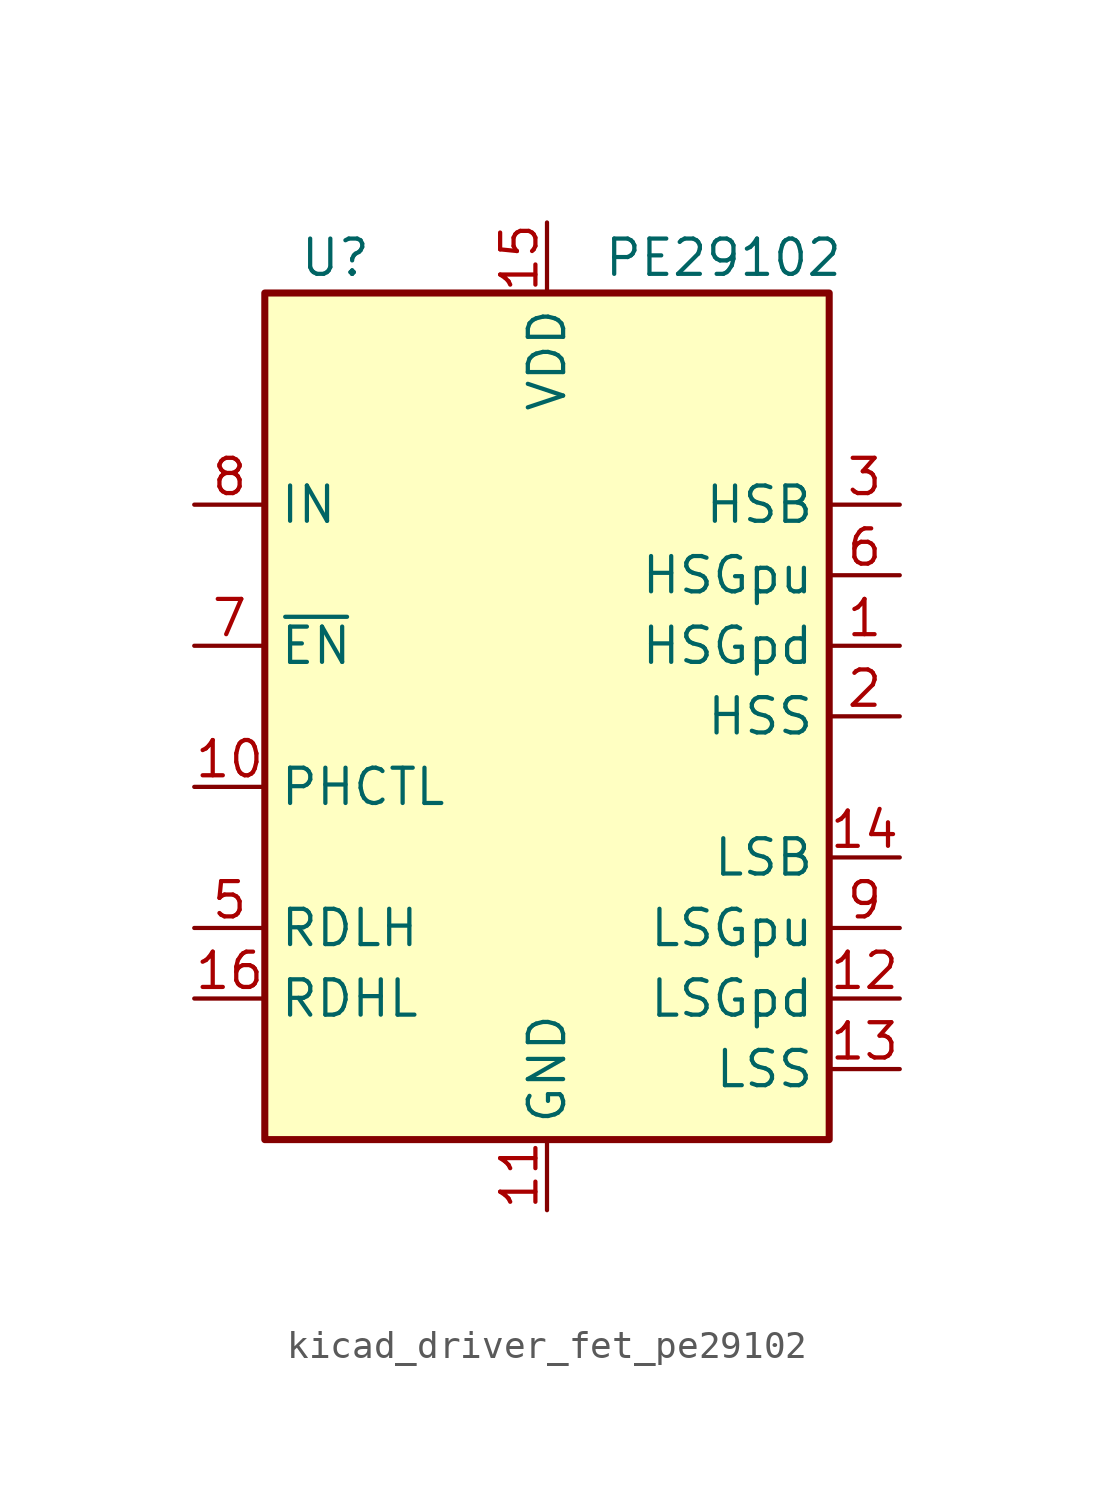
<source format=kicad_sym>
(kicad_symbol_lib
  (version 20220914)
  (generator kicad_symbol_editor)
  (symbol "kicad_driver_fet_pe29102"
    (property "Reference" "U"
      (at -7.62 16.51 0)
      (effects (font (size 1.27 1.27))))
    (property "Value" "PE29102"
      (at 6.35 16.51 0)
      (effects (font (size 1.27 1.27))))
    (symbol "kicad_driver_fet_pe29102_0_1"
      (rectangle (start 10.16 15.24) (end -10.16 -15.24) (stroke (width 0.254) (type default)) (fill (type background))))
    (symbol "kicad_driver_fet_pe29102_1_1"
      (pin output line (at 12.7 2.54 180) (length 2.54) (name "HSGpd" (effects (font (size 1.27 1.27)))) (number "1" (effects (font (size 1.27 1.27)))))
      (pin input line (at -12.7 -2.54 0) (length 2.54) (name "PHCTL" (effects (font (size 1.27 1.27)))) (number "10" (effects (font (size 1.27 1.27)))))
      (pin power_in line (at 0 -17.78 90) (length 2.54) (name "GND" (effects (font (size 1.27 1.27)))) (number "11" (effects (font (size 1.27 1.27)))))
      (pin output line (at 12.7 -10.16 180) (length 2.54) (name "LSGpd" (effects (font (size 1.27 1.27)))) (number "12" (effects (font (size 1.27 1.27)))))
      (pin passive line (at 12.7 -12.7 180) (length 2.54) (name "LSS" (effects (font (size 1.27 1.27)))) (number "13" (effects (font (size 1.27 1.27)))))
      (pin input line (at 12.7 -5.08 180) (length 2.54) (name "LSB" (effects (font (size 1.27 1.27)))) (number "14" (effects (font (size 1.27 1.27)))))
      (pin power_in line (at 0 17.78 270) (length 2.54) (name "VDD" (effects (font (size 1.27 1.27)))) (number "15" (effects (font (size 1.27 1.27)))))
      (pin passive line (at -12.7 -10.16 0) (length 2.54) (name "RDHL" (effects (font (size 1.27 1.27)))) (number "16" (effects (font (size 1.27 1.27)))))
      (pin passive line (at 12.7 0 180) (length 2.54) (name "HSS" (effects (font (size 1.27 1.27)))) (number "2" (effects (font (size 1.27 1.27)))))
      (pin input line (at 12.7 7.62 180) (length 2.54) (name "HSB" (effects (font (size 1.27 1.27)))) (number "3" (effects (font (size 1.27 1.27)))))
      (pin no_connect line (at 10.16 12.7 180) (length 2.54) hide (name "NC" (effects (font (size 1.27 1.27)))) (number "4" (effects (font (size 1.27 1.27)))))
      (pin passive line (at -12.7 -7.62 0) (length 2.54) (name "RDLH" (effects (font (size 1.27 1.27)))) (number "5" (effects (font (size 1.27 1.27)))))
      (pin output line (at 12.7 5.08 180) (length 2.54) (name "HSGpu" (effects (font (size 1.27 1.27)))) (number "6" (effects (font (size 1.27 1.27)))))
      (pin input line (at -12.7 2.54 0) (length 2.54) (name "~{EN}" (effects (font (size 1.27 1.27)))) (number "7" (effects (font (size 1.27 1.27)))))
      (pin input line (at -12.7 7.62 0) (length 2.54) (name "IN" (effects (font (size 1.27 1.27)))) (number "8" (effects (font (size 1.27 1.27)))))
      (pin output line (at 12.7 -7.62 180) (length 2.54) (name "LSGpu" (effects (font (size 1.27 1.27)))) (number "9" (effects (font (size 1.27 1.27))))))))
</source>
